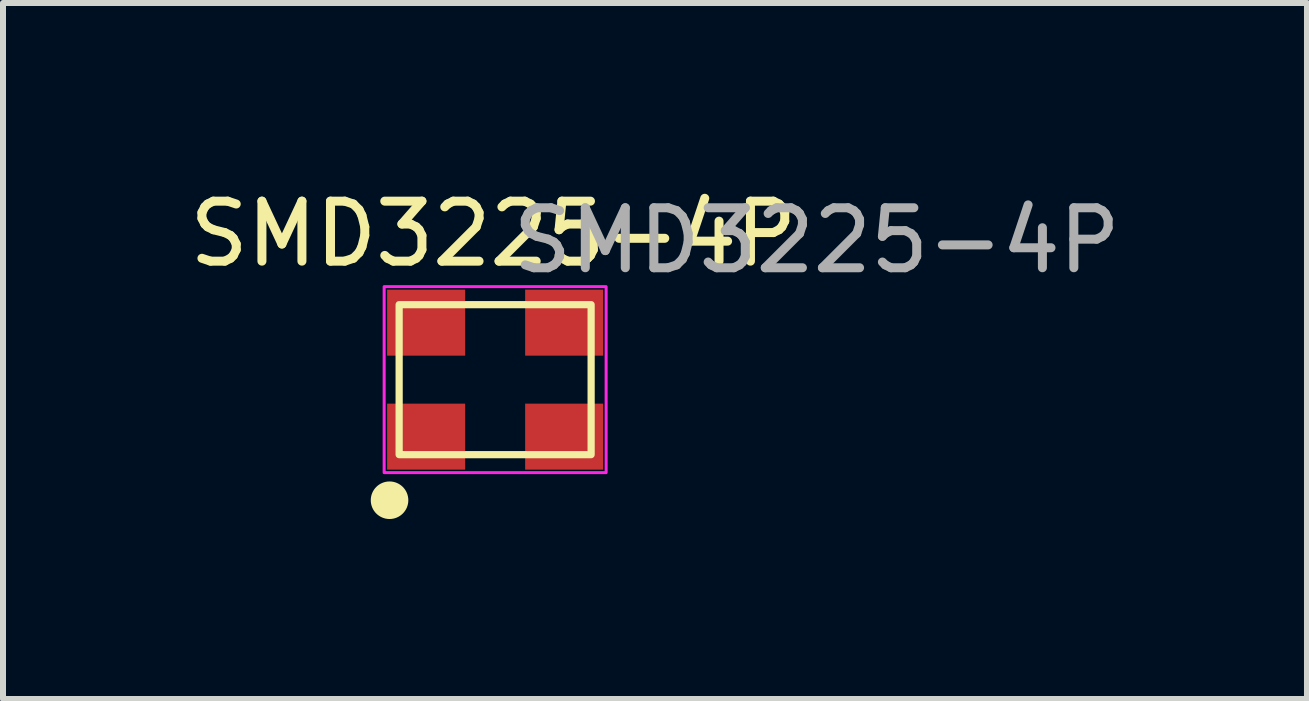
<source format=kicad_pcb>
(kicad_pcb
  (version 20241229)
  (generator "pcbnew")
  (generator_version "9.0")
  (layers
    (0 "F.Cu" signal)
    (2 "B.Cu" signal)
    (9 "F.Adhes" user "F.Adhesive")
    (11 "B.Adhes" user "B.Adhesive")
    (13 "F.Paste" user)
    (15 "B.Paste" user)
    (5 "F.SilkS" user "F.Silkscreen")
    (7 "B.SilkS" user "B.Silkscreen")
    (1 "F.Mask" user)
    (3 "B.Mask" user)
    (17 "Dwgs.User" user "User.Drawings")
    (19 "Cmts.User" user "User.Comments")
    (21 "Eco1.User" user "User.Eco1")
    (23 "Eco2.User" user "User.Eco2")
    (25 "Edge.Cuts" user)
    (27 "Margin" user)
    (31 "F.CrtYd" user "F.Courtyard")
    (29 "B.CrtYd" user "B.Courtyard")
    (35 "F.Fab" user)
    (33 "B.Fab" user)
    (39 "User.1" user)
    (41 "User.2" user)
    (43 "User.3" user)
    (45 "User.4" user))
  (footprint "SMD3225-4P"
    (layer "F.Cu")
    (at 5.203 3.278)
    (property "Reference" "SMD3225-4P" (at -0.03 -2.43 0) (unlocked yes) (layer "F.SilkS") (effects (font (size 1 1) (thickness 0.15))))
    (attr smd)
    (fp_rect (start -1.6 -1.25) (end 1.6 1.25) (stroke (width 0.12) (type solid)) (fill no) (layer "F.SilkS"))
    (fp_circle (center -1.76 2.01) (end -1.507 2.01) (stroke (width 0.12) (type solid)) (fill yes) (layer "F.SilkS"))
    (fp_rect (start -1.85 -1.55) (end 1.85 1.55) (stroke (width 0.05) (type default)) (fill no) (layer "F.CrtYd"))
    (fp_text user "${REFERENCE}" (at 5.36 -2.32 0) (unlocked yes) (layer "F.Fab") (effects (font (size 1 1) (thickness 0.15))))
    (pad "1" smd rect (at -1.15 0.95) (size 1.3 1.1) (layers "F.Cu" "F.Mask" "F.Paste"))
    (pad "2" smd rect (at 1.15 0.95) (size 1.3 1.1) (layers "F.Cu" "F.Mask" "F.Paste"))
    (pad "3" smd rect (at 1.15 -0.95) (size 1.3 1.1) (layers "F.Cu" "F.Mask" "F.Paste"))
    (pad "4" smd rect (at -1.15 -0.95) (size 1.3 1.1) (layers "F.Cu" "F.Mask" "F.Paste")))
  (gr_rect
    (start -3 -3)
    (end 18.735 8.601)
    (stroke (width 0.1) (type default))
    (fill no)
    (layer "Edge.Cuts")))
</source>
